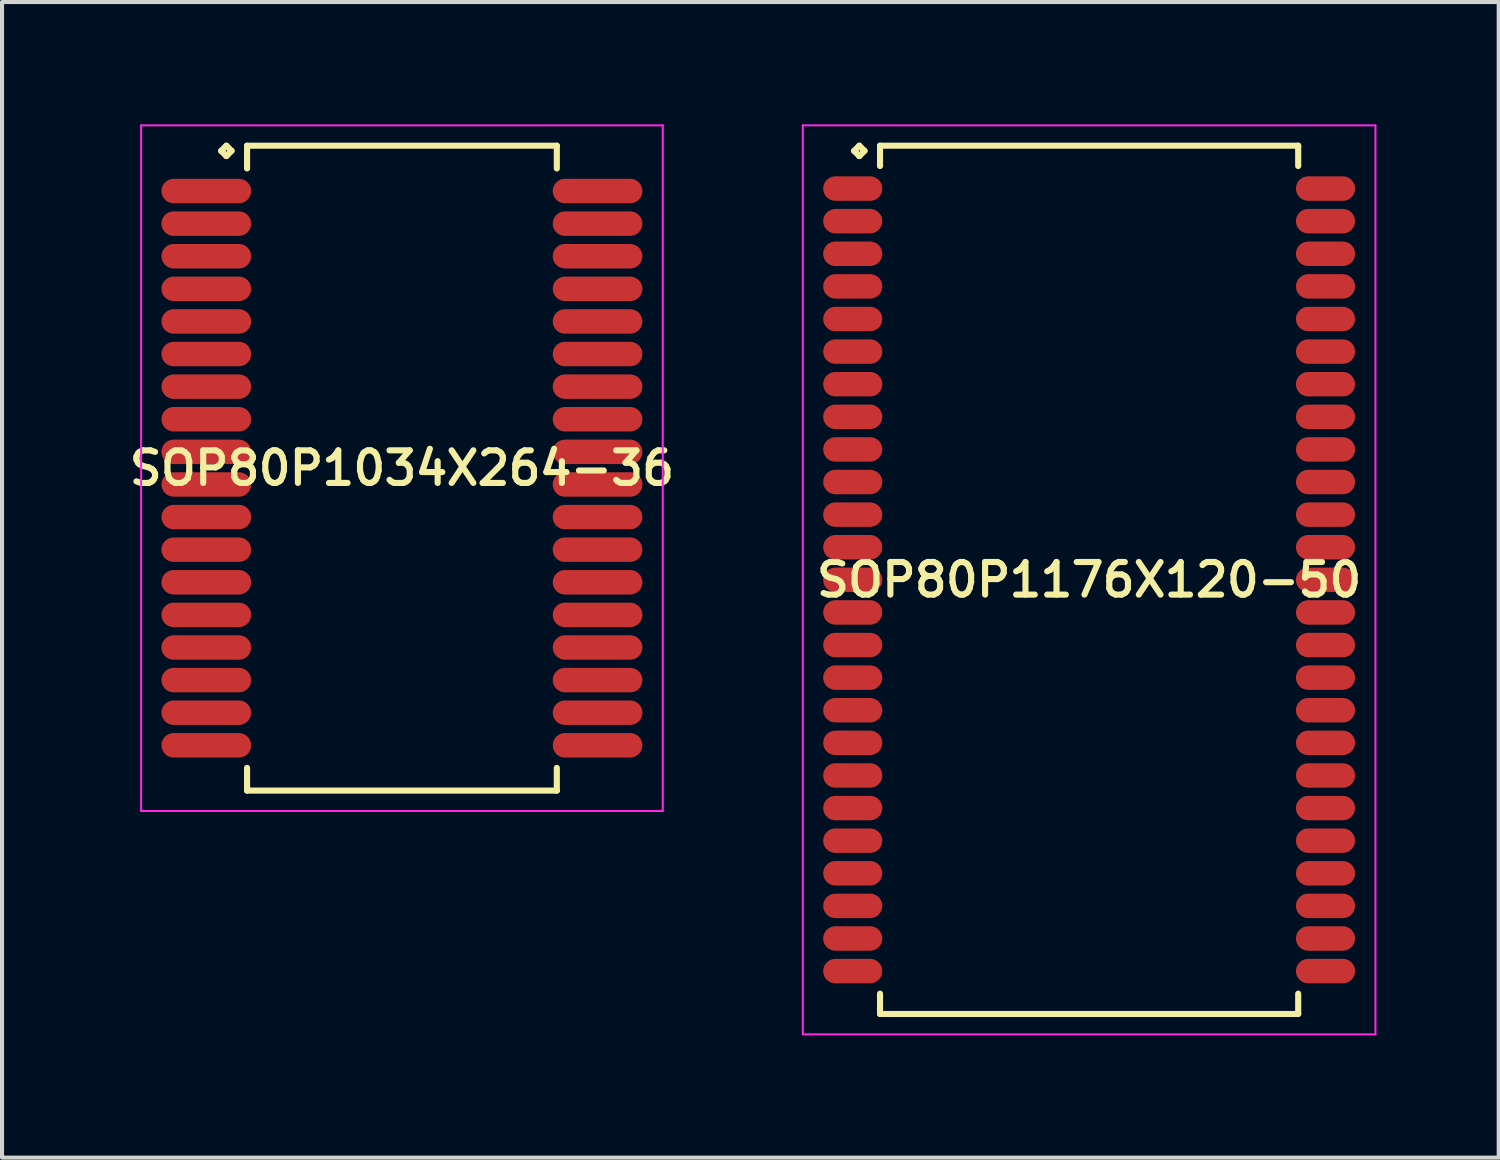
<source format=kicad_pcb>
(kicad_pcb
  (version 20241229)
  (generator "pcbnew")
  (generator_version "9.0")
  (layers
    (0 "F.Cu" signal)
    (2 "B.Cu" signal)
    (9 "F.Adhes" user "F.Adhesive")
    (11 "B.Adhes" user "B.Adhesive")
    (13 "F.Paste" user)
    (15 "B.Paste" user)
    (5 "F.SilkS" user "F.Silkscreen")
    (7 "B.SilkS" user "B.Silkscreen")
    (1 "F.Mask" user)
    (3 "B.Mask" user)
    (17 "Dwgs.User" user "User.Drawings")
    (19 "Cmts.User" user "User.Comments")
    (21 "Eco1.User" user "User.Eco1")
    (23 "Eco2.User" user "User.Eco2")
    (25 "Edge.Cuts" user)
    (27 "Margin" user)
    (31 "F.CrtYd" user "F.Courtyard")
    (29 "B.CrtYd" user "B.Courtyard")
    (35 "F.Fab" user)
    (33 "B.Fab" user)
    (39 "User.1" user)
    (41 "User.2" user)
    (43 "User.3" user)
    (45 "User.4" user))
  (footprint "SOP80P1176X120-50"
    (layer "F.Cu")
    (at 23.673 11.177)
    (property "Reference" "SOP80P1176X120-50" (at 0 0 0) (layer "F.SilkS") (effects (font (size 0.8 0.8) (thickness 0.15))))
    (attr smd)
    (fp_line (start -5.765 -10.525) (end -5.638 -10.652) (stroke (width 0.15) (type solid)) (layer "F.SilkS"))
    (fp_line (start -5.638 -10.652) (end -5.511 -10.525) (stroke (width 0.15) (type solid)) (layer "F.SilkS"))
    (fp_line (start -5.638 -10.398) (end -5.765 -10.525) (stroke (width 0.15) (type solid)) (layer "F.SilkS"))
    (fp_line (start -5.511 -10.525) (end -5.638 -10.398) (stroke (width 0.15) (type solid)) (layer "F.SilkS"))
    (fp_line (start -5.13 -10.652) (end 5.13 -10.652) (stroke (width 0.15) (type solid)) (layer "F.SilkS"))
    (fp_line (start -5.13 -10.154) (end -5.13 -10.652) (stroke (width 0.15) (type solid)) (layer "F.SilkS"))
    (fp_line (start -5.13 10.154) (end -5.13 10.652) (stroke (width 0.15) (type solid)) (layer "F.SilkS"))
    (fp_line (start -5.13 10.652) (end 5.13 10.652) (stroke (width 0.15) (type solid)) (layer "F.SilkS"))
    (fp_line (start 5.13 -10.652) (end 5.13 -10.154) (stroke (width 0.15) (type solid)) (layer "F.SilkS"))
    (fp_line (start 5.13 10.652) (end 5.13 10.154) (stroke (width 0.15) (type solid)) (layer "F.SilkS"))
    (fp_line (start -7.025 -11.152) (end 7.025 -11.152) (stroke (width 0.05) (type solid)) (layer "F.CrtYd"))
    (fp_line (start -7.025 11.152) (end -7.025 -11.152) (stroke (width 0.05) (type solid)) (layer "F.CrtYd"))
    (fp_line (start 7.025 -11.152) (end 7.025 11.152) (stroke (width 0.05) (type solid)) (layer "F.CrtYd"))
    (fp_line (start 7.025 11.152) (end -7.025 11.152) (stroke (width 0.05) (type solid)) (layer "F.CrtYd"))
    (pad "1" smd oval (at -5.8 -9.6) (size 1.45 0.6) (layers "F.Cu" "F.Mask" "F.Paste"))
    (pad "2" smd oval (at -5.8 -8.8) (size 1.45 0.6) (layers "F.Cu" "F.Mask" "F.Paste"))
    (pad "3" smd oval (at -5.8 -8) (size 1.45 0.6) (layers "F.Cu" "F.Mask" "F.Paste"))
    (pad "4" smd oval (at -5.8 -7.2) (size 1.45 0.6) (layers "F.Cu" "F.Mask" "F.Paste"))
    (pad "5" smd oval (at -5.8 -6.4) (size 1.45 0.6) (layers "F.Cu" "F.Mask" "F.Paste"))
    (pad "6" smd oval (at -5.8 -5.6) (size 1.45 0.6) (layers "F.Cu" "F.Mask" "F.Paste"))
    (pad "7" smd oval (at -5.8 -4.8) (size 1.45 0.6) (layers "F.Cu" "F.Mask" "F.Paste"))
    (pad "8" smd oval (at -5.8 -4) (size 1.45 0.6) (layers "F.Cu" "F.Mask" "F.Paste"))
    (pad "9" smd oval (at -5.8 -3.2) (size 1.45 0.6) (layers "F.Cu" "F.Mask" "F.Paste"))
    (pad "10" smd oval (at -5.8 -2.4) (size 1.45 0.6) (layers "F.Cu" "F.Mask" "F.Paste"))
    (pad "11" smd oval (at -5.8 -1.6) (size 1.45 0.6) (layers "F.Cu" "F.Mask" "F.Paste"))
    (pad "12" smd oval (at -5.8 -0.8) (size 1.45 0.6) (layers "F.Cu" "F.Mask" "F.Paste"))
    (pad "13" smd oval (at -5.8 0) (size 1.45 0.6) (layers "F.Cu" "F.Mask" "F.Paste"))
    (pad "14" smd oval (at -5.8 0.8) (size 1.45 0.6) (layers "F.Cu" "F.Mask" "F.Paste"))
    (pad "15" smd oval (at -5.8 1.6) (size 1.45 0.6) (layers "F.Cu" "F.Mask" "F.Paste"))
    (pad "16" smd oval (at -5.8 2.4) (size 1.45 0.6) (layers "F.Cu" "F.Mask" "F.Paste"))
    (pad "17" smd oval (at -5.8 3.2) (size 1.45 0.6) (layers "F.Cu" "F.Mask" "F.Paste"))
    (pad "18" smd oval (at -5.8 4) (size 1.45 0.6) (layers "F.Cu" "F.Mask" "F.Paste"))
    (pad "19" smd oval (at -5.8 4.8) (size 1.45 0.6) (layers "F.Cu" "F.Mask" "F.Paste"))
    (pad "20" smd oval (at -5.8 5.6) (size 1.45 0.6) (layers "F.Cu" "F.Mask" "F.Paste"))
    (pad "21" smd oval (at -5.8 6.4) (size 1.45 0.6) (layers "F.Cu" "F.Mask" "F.Paste"))
    (pad "22" smd oval (at -5.8 7.2) (size 1.45 0.6) (layers "F.Cu" "F.Mask" "F.Paste"))
    (pad "23" smd oval (at -5.8 8) (size 1.45 0.6) (layers "F.Cu" "F.Mask" "F.Paste"))
    (pad "24" smd oval (at -5.8 8.8) (size 1.45 0.6) (layers "F.Cu" "F.Mask" "F.Paste"))
    (pad "25" smd oval (at -5.8 9.6) (size 1.45 0.6) (layers "F.Cu" "F.Mask" "F.Paste"))
    (pad "26" smd oval (at 5.8 9.6) (size 1.45 0.6) (layers "F.Cu" "F.Mask" "F.Paste"))
    (pad "27" smd oval (at 5.8 8.8) (size 1.45 0.6) (layers "F.Cu" "F.Mask" "F.Paste"))
    (pad "28" smd oval (at 5.8 8) (size 1.45 0.6) (layers "F.Cu" "F.Mask" "F.Paste"))
    (pad "29" smd oval (at 5.8 7.2) (size 1.45 0.6) (layers "F.Cu" "F.Mask" "F.Paste"))
    (pad "30" smd oval (at 5.8 6.4) (size 1.45 0.6) (layers "F.Cu" "F.Mask" "F.Paste"))
    (pad "31" smd oval (at 5.8 5.6) (size 1.45 0.6) (layers "F.Cu" "F.Mask" "F.Paste"))
    (pad "32" smd oval (at 5.8 4.8) (size 1.45 0.6) (layers "F.Cu" "F.Mask" "F.Paste"))
    (pad "33" smd oval (at 5.8 4) (size 1.45 0.6) (layers "F.Cu" "F.Mask" "F.Paste"))
    (pad "34" smd oval (at 5.8 3.2) (size 1.45 0.6) (layers "F.Cu" "F.Mask" "F.Paste"))
    (pad "35" smd oval (at 5.8 2.4) (size 1.45 0.6) (layers "F.Cu" "F.Mask" "F.Paste"))
    (pad "36" smd oval (at 5.8 1.6) (size 1.45 0.6) (layers "F.Cu" "F.Mask" "F.Paste"))
    (pad "37" smd oval (at 5.8 0.8) (size 1.45 0.6) (layers "F.Cu" "F.Mask" "F.Paste"))
    (pad "38" smd oval (at 5.8 0) (size 1.45 0.6) (layers "F.Cu" "F.Mask" "F.Paste"))
    (pad "39" smd oval (at 5.8 -0.8) (size 1.45 0.6) (layers "F.Cu" "F.Mask" "F.Paste"))
    (pad "40" smd oval (at 5.8 -1.6) (size 1.45 0.6) (layers "F.Cu" "F.Mask" "F.Paste"))
    (pad "41" smd oval (at 5.8 -2.4) (size 1.45 0.6) (layers "F.Cu" "F.Mask" "F.Paste"))
    (pad "42" smd oval (at 5.8 -3.2) (size 1.45 0.6) (layers "F.Cu" "F.Mask" "F.Paste"))
    (pad "43" smd oval (at 5.8 -4) (size 1.45 0.6) (layers "F.Cu" "F.Mask" "F.Paste"))
    (pad "44" smd oval (at 5.8 -4.8) (size 1.45 0.6) (layers "F.Cu" "F.Mask" "F.Paste"))
    (pad "45" smd oval (at 5.8 -5.6) (size 1.45 0.6) (layers "F.Cu" "F.Mask" "F.Paste"))
    (pad "46" smd oval (at 5.8 -6.4) (size 1.45 0.6) (layers "F.Cu" "F.Mask" "F.Paste"))
    (pad "47" smd oval (at 5.8 -7.2) (size 1.45 0.6) (layers "F.Cu" "F.Mask" "F.Paste"))
    (pad "48" smd oval (at 5.8 -8) (size 1.45 0.6) (layers "F.Cu" "F.Mask" "F.Paste"))
    (pad "49" smd oval (at 5.8 -8.8) (size 1.45 0.6) (layers "F.Cu" "F.Mask" "F.Paste"))
    (pad "50" smd oval (at 5.8 -9.6) (size 1.45 0.6) (layers "F.Cu" "F.Mask" "F.Paste")))
  (footprint "SOP80P1034X264-36"
    (layer "F.Cu")
    (at 6.812 8.437)
    (property "Reference" "SOP80P1034X264-36" (at 0 0 0) (layer "F.SilkS") (effects (font (size 0.8 0.8) (thickness 0.15))))
    (attr smd)
    (fp_line (start -4.435 -7.785) (end -4.308 -7.912) (stroke (width 0.15) (type solid)) (layer "F.SilkS"))
    (fp_line (start -4.308 -7.912) (end -4.181 -7.785) (stroke (width 0.15) (type solid)) (layer "F.SilkS"))
    (fp_line (start -4.308 -7.658) (end -4.435 -7.785) (stroke (width 0.15) (type solid)) (layer "F.SilkS"))
    (fp_line (start -4.181 -7.785) (end -4.308 -7.658) (stroke (width 0.15) (type solid)) (layer "F.SilkS"))
    (fp_line (start -3.8 -7.912) (end 3.8 -7.912) (stroke (width 0.15) (type solid)) (layer "F.SilkS"))
    (fp_line (start -3.8 -7.354) (end -3.8 -7.912) (stroke (width 0.15) (type solid)) (layer "F.SilkS"))
    (fp_line (start -3.8 7.354) (end -3.8 7.912) (stroke (width 0.15) (type solid)) (layer "F.SilkS"))
    (fp_line (start -3.8 7.912) (end 3.8 7.912) (stroke (width 0.15) (type solid)) (layer "F.SilkS"))
    (fp_line (start 3.8 -7.912) (end 3.8 -7.354) (stroke (width 0.15) (type solid)) (layer "F.SilkS"))
    (fp_line (start 3.8 7.912) (end 3.8 7.354) (stroke (width 0.15) (type solid)) (layer "F.SilkS"))
    (fp_line (start -6.4 -8.412) (end 6.4 -8.412) (stroke (width 0.05) (type solid)) (layer "F.CrtYd"))
    (fp_line (start -6.4 8.412) (end -6.4 -8.412) (stroke (width 0.05) (type solid)) (layer "F.CrtYd"))
    (fp_line (start 6.4 -8.412) (end 6.4 8.412) (stroke (width 0.05) (type solid)) (layer "F.CrtYd"))
    (fp_line (start 6.4 8.412) (end -6.4 8.412) (stroke (width 0.05) (type solid)) (layer "F.CrtYd"))
    (pad "1" smd oval (at -4.8 -6.8) (size 2.2 0.6) (layers "F.Cu" "F.Mask" "F.Paste"))
    (pad "2" smd oval (at -4.8 -6) (size 2.2 0.6) (layers "F.Cu" "F.Mask" "F.Paste"))
    (pad "3" smd oval (at -4.8 -5.2) (size 2.2 0.6) (layers "F.Cu" "F.Mask" "F.Paste"))
    (pad "4" smd oval (at -4.8 -4.4) (size 2.2 0.6) (layers "F.Cu" "F.Mask" "F.Paste"))
    (pad "5" smd oval (at -4.8 -3.6) (size 2.2 0.6) (layers "F.Cu" "F.Mask" "F.Paste"))
    (pad "6" smd oval (at -4.8 -2.8) (size 2.2 0.6) (layers "F.Cu" "F.Mask" "F.Paste"))
    (pad "7" smd oval (at -4.8 -2) (size 2.2 0.6) (layers "F.Cu" "F.Mask" "F.Paste"))
    (pad "8" smd oval (at -4.8 -1.2) (size 2.2 0.6) (layers "F.Cu" "F.Mask" "F.Paste"))
    (pad "9" smd oval (at -4.8 -0.4) (size 2.2 0.6) (layers "F.Cu" "F.Mask" "F.Paste"))
    (pad "10" smd oval (at -4.8 0.4) (size 2.2 0.6) (layers "F.Cu" "F.Mask" "F.Paste"))
    (pad "11" smd oval (at -4.8 1.2) (size 2.2 0.6) (layers "F.Cu" "F.Mask" "F.Paste"))
    (pad "12" smd oval (at -4.8 2) (size 2.2 0.6) (layers "F.Cu" "F.Mask" "F.Paste"))
    (pad "13" smd oval (at -4.8 2.8) (size 2.2 0.6) (layers "F.Cu" "F.Mask" "F.Paste"))
    (pad "14" smd oval (at -4.8 3.6) (size 2.2 0.6) (layers "F.Cu" "F.Mask" "F.Paste"))
    (pad "15" smd oval (at -4.8 4.4) (size 2.2 0.6) (layers "F.Cu" "F.Mask" "F.Paste"))
    (pad "16" smd oval (at -4.8 5.2) (size 2.2 0.6) (layers "F.Cu" "F.Mask" "F.Paste"))
    (pad "17" smd oval (at -4.8 6) (size 2.2 0.6) (layers "F.Cu" "F.Mask" "F.Paste"))
    (pad "18" smd oval (at -4.8 6.8) (size 2.2 0.6) (layers "F.Cu" "F.Mask" "F.Paste"))
    (pad "19" smd oval (at 4.8 6.8) (size 2.2 0.6) (layers "F.Cu" "F.Mask" "F.Paste"))
    (pad "20" smd oval (at 4.8 6) (size 2.2 0.6) (layers "F.Cu" "F.Mask" "F.Paste"))
    (pad "21" smd oval (at 4.8 5.2) (size 2.2 0.6) (layers "F.Cu" "F.Mask" "F.Paste"))
    (pad "22" smd oval (at 4.8 4.4) (size 2.2 0.6) (layers "F.Cu" "F.Mask" "F.Paste"))
    (pad "23" smd oval (at 4.8 3.6) (size 2.2 0.6) (layers "F.Cu" "F.Mask" "F.Paste"))
    (pad "24" smd oval (at 4.8 2.8) (size 2.2 0.6) (layers "F.Cu" "F.Mask" "F.Paste"))
    (pad "25" smd oval (at 4.8 2) (size 2.2 0.6) (layers "F.Cu" "F.Mask" "F.Paste"))
    (pad "26" smd oval (at 4.8 1.2) (size 2.2 0.6) (layers "F.Cu" "F.Mask" "F.Paste"))
    (pad "27" smd oval (at 4.8 0.4) (size 2.2 0.6) (layers "F.Cu" "F.Mask" "F.Paste"))
    (pad "28" smd oval (at 4.8 -0.4) (size 2.2 0.6) (layers "F.Cu" "F.Mask" "F.Paste"))
    (pad "29" smd oval (at 4.8 -1.2) (size 2.2 0.6) (layers "F.Cu" "F.Mask" "F.Paste"))
    (pad "30" smd oval (at 4.8 -2) (size 2.2 0.6) (layers "F.Cu" "F.Mask" "F.Paste"))
    (pad "31" smd oval (at 4.8 -2.8) (size 2.2 0.6) (layers "F.Cu" "F.Mask" "F.Paste"))
    (pad "32" smd oval (at 4.8 -3.6) (size 2.2 0.6) (layers "F.Cu" "F.Mask" "F.Paste"))
    (pad "33" smd oval (at 4.8 -4.4) (size 2.2 0.6) (layers "F.Cu" "F.Mask" "F.Paste"))
    (pad "34" smd oval (at 4.8 -5.2) (size 2.2 0.6) (layers "F.Cu" "F.Mask" "F.Paste"))
    (pad "35" smd oval (at 4.8 -6) (size 2.2 0.6) (layers "F.Cu" "F.Mask" "F.Paste"))
    (pad "36" smd oval (at 4.8 -6.8) (size 2.2 0.6) (layers "F.Cu" "F.Mask" "F.Paste")))
  (gr_rect
    (start -3 -3)
    (end 33.723 25.354)
    (stroke (width 0.1) (type default))
    (fill no)
    (layer "Edge.Cuts")))
</source>
